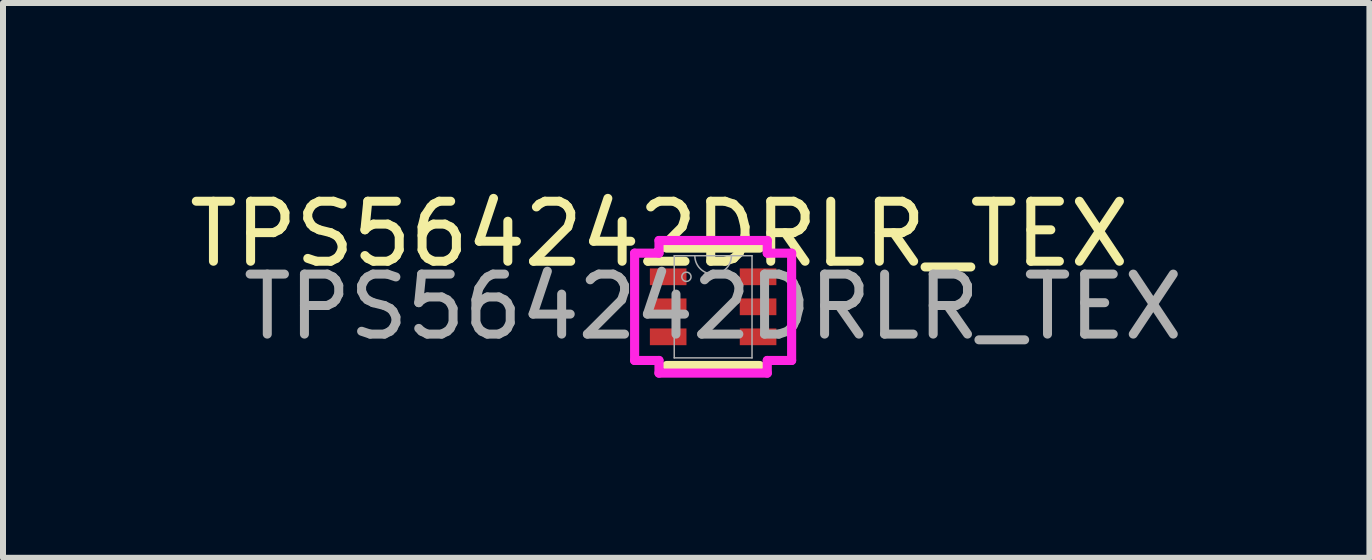
<source format=kicad_pcb>
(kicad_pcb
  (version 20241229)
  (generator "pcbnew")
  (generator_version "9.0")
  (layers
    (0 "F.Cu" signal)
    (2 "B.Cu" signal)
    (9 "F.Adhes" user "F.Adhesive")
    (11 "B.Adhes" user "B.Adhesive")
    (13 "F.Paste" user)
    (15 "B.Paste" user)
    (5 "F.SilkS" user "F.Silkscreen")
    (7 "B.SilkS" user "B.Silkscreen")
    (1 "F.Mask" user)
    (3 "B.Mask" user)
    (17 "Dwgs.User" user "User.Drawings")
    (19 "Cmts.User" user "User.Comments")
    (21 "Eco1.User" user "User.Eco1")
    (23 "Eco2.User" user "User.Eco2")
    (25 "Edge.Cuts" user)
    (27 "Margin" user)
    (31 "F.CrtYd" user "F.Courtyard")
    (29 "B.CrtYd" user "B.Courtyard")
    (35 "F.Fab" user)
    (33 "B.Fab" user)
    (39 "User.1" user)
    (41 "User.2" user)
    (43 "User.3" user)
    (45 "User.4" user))
  (footprint "TPS564242DRLR_TEX"
    (layer "F.Cu")
    (at 8.832 2.062)
    (property "Reference" "TPS564242DRLR_TEX" (at -0.897 -1.214 0) (unlocked yes) (layer "F.SilkS") (effects (font (size 1 1) (thickness 0.15))))
    (attr smd)
    (fp_line (start -0.775 0.978) (end 0.775 0.978) (stroke (width 0.152) (type solid)) (layer "F.SilkS"))
    (fp_line (start 0.775 -0.978) (end -0.775 -0.978) (stroke (width 0.152) (type solid)) (layer "F.SilkS"))
    (fp_line (start -1.308 -0.894) (end -0.902 -0.894) (stroke (width 0.152) (type solid)) (layer "F.CrtYd"))
    (fp_line (start -1.308 0.894) (end -1.308 -0.894) (stroke (width 0.152) (type solid)) (layer "F.CrtYd"))
    (fp_line (start -0.902 -1.105) (end 0.902 -1.105) (stroke (width 0.152) (type solid)) (layer "F.CrtYd"))
    (fp_line (start -0.902 -0.894) (end -0.902 -1.105) (stroke (width 0.152) (type solid)) (layer "F.CrtYd"))
    (fp_line (start -0.902 0.894) (end -1.308 0.894) (stroke (width 0.152) (type solid)) (layer "F.CrtYd"))
    (fp_line (start -0.902 1.105) (end -0.902 0.894) (stroke (width 0.152) (type solid)) (layer "F.CrtYd"))
    (fp_line (start 0.902 -1.105) (end 0.902 -0.894) (stroke (width 0.152) (type solid)) (layer "F.CrtYd"))
    (fp_line (start 0.902 -0.894) (end 1.308 -0.894) (stroke (width 0.152) (type solid)) (layer "F.CrtYd"))
    (fp_line (start 0.902 0.894) (end 0.902 1.105) (stroke (width 0.152) (type solid)) (layer "F.CrtYd"))
    (fp_line (start 0.902 1.105) (end -0.902 1.105) (stroke (width 0.152) (type solid)) (layer "F.CrtYd"))
    (fp_line (start 1.308 -0.894) (end 1.308 0.894) (stroke (width 0.152) (type solid)) (layer "F.CrtYd"))
    (fp_line (start 1.308 0.894) (end 0.902 0.894) (stroke (width 0.152) (type solid)) (layer "F.CrtYd"))
    (fp_line (start -0.648 -0.851) (end -0.648 0.851) (stroke (width 0.025) (type solid)) (layer "F.Fab"))
    (fp_line (start -0.648 0.851) (end 0.648 0.851) (stroke (width 0.025) (type solid)) (layer "F.Fab"))
    (fp_line (start 0.648 -0.851) (end -0.648 -0.851) (stroke (width 0.025) (type solid)) (layer "F.Fab"))
    (fp_line (start 0.648 0.851) (end 0.648 -0.851) (stroke (width 0.025) (type solid)) (layer "F.Fab"))
    (fp_arc (start 0.3048 -0.8509) (mid 0 -0.5461) (end -0.3048 -0.8509) (stroke (width 0.0254) (type solid)) (layer "F.Fab"))
    (fp_circle (center -0.445 -0.5) (end -0.368 -0.5) (stroke (width 0.025) (type solid)) (fill no) (layer "F.Fab"))
    (fp_text user "${REFERENCE}" (at 0 0 0) (unlocked yes) (layer "F.Fab") (effects (font (size 1 1) (thickness 0.15))))
    (pad "1" smd rect (at -0.749 -0.5) (size 0.61 0.279) (layers "F.Cu" "F.Mask" "F.Paste"))
    (pad "2" smd rect (at -0.749 0) (size 0.61 0.279) (layers "F.Cu" "F.Mask" "F.Paste"))
    (pad "3" smd rect (at -0.749 0.5) (size 0.61 0.279) (layers "F.Cu" "F.Mask" "F.Paste"))
    (pad "4" smd rect (at 0.749 0.5) (size 0.61 0.279) (layers "F.Cu" "F.Mask" "F.Paste"))
    (pad "5" smd rect (at 0.749 0) (size 0.61 0.279) (layers "F.Cu" "F.Mask" "F.Paste"))
    (pad "6" smd rect (at 0.749 -0.5) (size 0.61 0.279) (layers "F.Cu" "F.Mask" "F.Paste")))
  (gr_rect
    (start -3 -3)
    (end 19.767 6.244)
    (stroke (width 0.1) (type default))
    (fill no)
    (layer "Edge.Cuts")))
</source>
